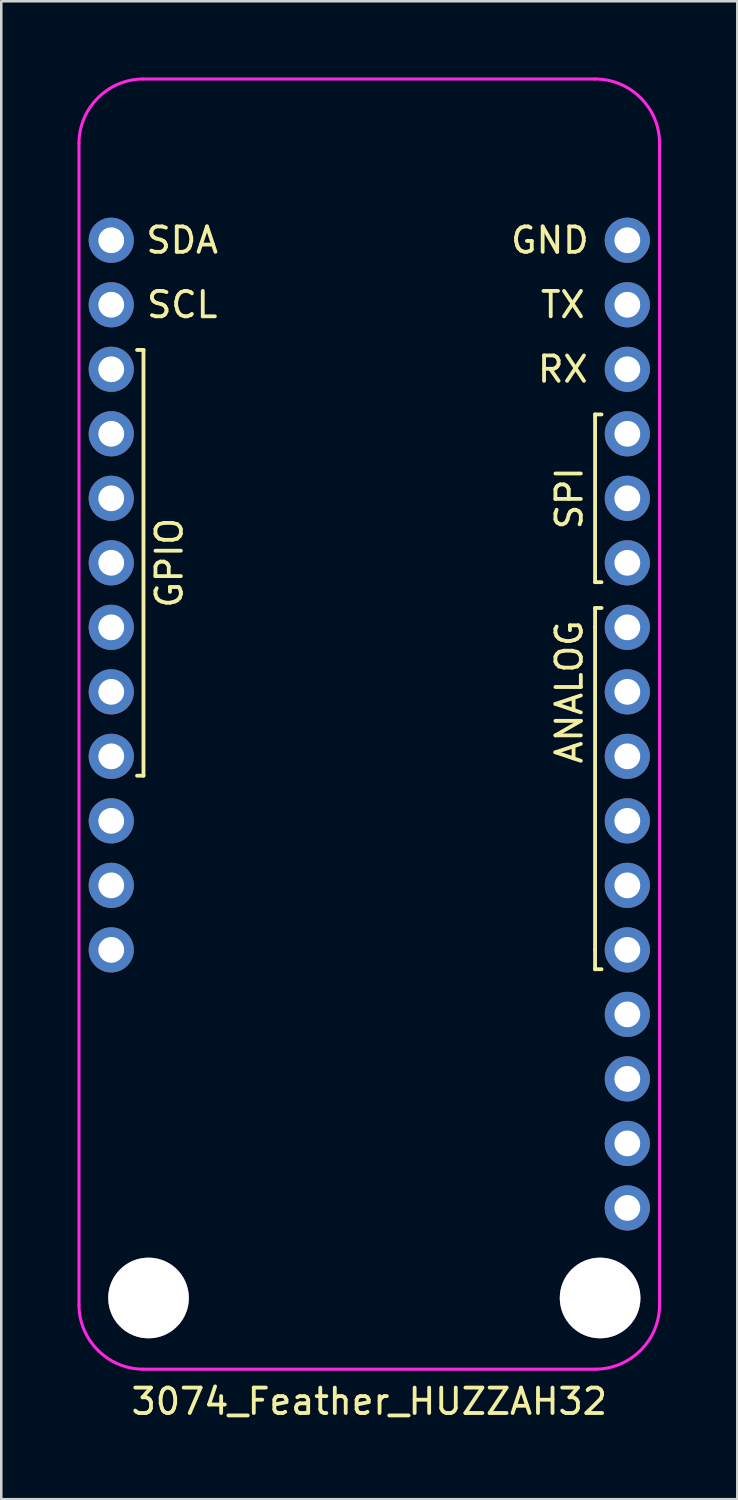
<source format=kicad_pcb>
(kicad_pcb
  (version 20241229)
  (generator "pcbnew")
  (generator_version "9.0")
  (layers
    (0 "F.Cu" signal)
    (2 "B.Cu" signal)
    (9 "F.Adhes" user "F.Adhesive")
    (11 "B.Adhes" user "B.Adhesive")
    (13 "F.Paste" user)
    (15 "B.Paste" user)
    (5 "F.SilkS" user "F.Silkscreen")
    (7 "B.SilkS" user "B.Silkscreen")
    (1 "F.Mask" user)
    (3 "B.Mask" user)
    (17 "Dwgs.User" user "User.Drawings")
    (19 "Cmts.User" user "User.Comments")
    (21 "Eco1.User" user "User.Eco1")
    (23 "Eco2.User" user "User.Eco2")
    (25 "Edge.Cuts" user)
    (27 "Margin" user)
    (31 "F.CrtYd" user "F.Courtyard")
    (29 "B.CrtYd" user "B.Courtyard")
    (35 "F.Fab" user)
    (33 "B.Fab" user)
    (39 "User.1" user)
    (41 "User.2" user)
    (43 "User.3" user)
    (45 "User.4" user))
  (footprint "3074_Feather_HUZZAH32"
    (layer "F.Cu")
    (at 11.49 25.46)
    (property "Reference" "3074_Feather_HUZZAH32" (at 0 26.67 0) (layer "F.SilkS") (effects (font (size 1 1) (thickness 0.15))))
    (attr through_hole)
    (fp_line (start -9.144 -14.732) (end -8.89 -14.732) (stroke (width 0.15) (type solid)) (layer "F.SilkS"))
    (fp_line (start -8.89 -14.732) (end -8.89 2.032) (stroke (width 0.15) (type solid)) (layer "F.SilkS"))
    (fp_line (start -8.89 2.032) (end -9.144 2.032) (stroke (width 0.15) (type solid)) (layer "F.SilkS"))
    (fp_line (start 8.89 -12.192) (end 9.144 -12.192) (stroke (width 0.15) (type solid)) (layer "F.SilkS"))
    (fp_line (start 8.89 -5.588) (end 8.89 -12.192) (stroke (width 0.15) (type solid)) (layer "F.SilkS"))
    (fp_line (start 8.89 -4.572) (end 9.144 -4.572) (stroke (width 0.15) (type solid)) (layer "F.SilkS"))
    (fp_line (start 8.89 -3.81) (end 8.89 -4.572) (stroke (width 0.15) (type solid)) (layer "F.SilkS"))
    (fp_line (start 8.89 -3.81) (end 8.89 8.89) (stroke (width 0.15) (type solid)) (layer "F.SilkS"))
    (fp_line (start 8.89 9.652) (end 8.89 8.89) (stroke (width 0.15) (type solid)) (layer "F.SilkS"))
    (fp_line (start 9.144 -5.588) (end 8.89 -5.588) (stroke (width 0.15) (type solid)) (layer "F.SilkS"))
    (fp_line (start 9.144 9.652) (end 8.89 9.652) (stroke (width 0.15) (type solid)) (layer "F.SilkS"))
    (fp_line (start -11.43 -22.86) (end -11.43 22.86) (stroke (width 0.12) (type solid)) (layer "F.CrtYd"))
    (fp_line (start -8.89 25.4) (end 8.89 25.4) (stroke (width 0.12) (type solid)) (layer "F.CrtYd"))
    (fp_line (start 8.89 -25.4) (end -8.89 -25.4) (stroke (width 0.12) (type solid)) (layer "F.CrtYd"))
    (fp_line (start 11.43 22.86) (end 11.43 -22.86) (stroke (width 0.12) (type solid)) (layer "F.CrtYd"))
    (fp_arc (start -11.43 -22.86) (mid -10.686051 -24.656051) (end -8.89 -25.4) (stroke (width 0.12) (type solid)) (layer "F.CrtYd"))
    (fp_arc (start -8.89 25.4) (mid -10.686051 24.656051) (end -11.43 22.86) (stroke (width 0.12) (type solid)) (layer "F.CrtYd"))
    (fp_arc (start 8.89 -25.4) (mid 10.686051 -24.656051) (end 11.43 -22.86) (stroke (width 0.12) (type solid)) (layer "F.CrtYd"))
    (fp_arc (start 11.43 22.86) (mid 10.686051 24.656051) (end 8.89 25.4) (stroke (width 0.12) (type solid)) (layer "F.CrtYd"))
    (fp_text user "RX" (at 7.62 -13.97 0) (layer "F.SilkS") (effects (font (size 1 1) (thickness 0.15))))
    (fp_text user "TX" (at 7.62 -16.51 0) (layer "F.SilkS") (effects (font (size 1 1) (thickness 0.15))))
    (fp_text user "GND" (at 7.112 -19.05 0) (layer "F.SilkS") (effects (font (size 1 1) (thickness 0.15))))
    (fp_text user "SDA" (at -7.366 -19.05 0) (layer "F.SilkS") (effects (font (size 1 1) (thickness 0.15))))
    (fp_text user "SCL" (at -7.366 -16.51 0) (layer "F.SilkS") (effects (font (size 1 1) (thickness 0.15))))
    (fp_text user "GPIO" (at -7.874 -6.35 270) (layer "F.SilkS") (effects (font (size 1 1) (thickness 0.15))))
    (fp_text user "ANALOG" (at 7.874 -1.27 90) (layer "F.SilkS") (effects (font (size 1 1) (thickness 0.15))))
    (fp_text user "SPI" (at 7.874 -8.89 90) (layer "F.SilkS") (effects (font (size 1 1) (thickness 0.15))))
    (pad "1" thru_hole circle (at 10.16 19.05) (size 1.778 1.778) (drill 1.016) (layers "*.Cu" "*.Mask"))
    (pad "2" thru_hole circle (at 10.16 16.51) (size 1.778 1.778) (drill 1.016) (layers "*.Cu" "*.Mask"))
    (pad "3" thru_hole circle (at 10.16 13.97) (size 1.778 1.778) (drill 1.016) (layers "*.Cu" "*.Mask"))
    (pad "4" thru_hole circle (at 10.16 11.43) (size 1.778 1.778) (drill 1.016) (layers "*.Cu" "*.Mask"))
    (pad "5" thru_hole circle (at 10.16 8.89) (size 1.778 1.778) (drill 1.016) (layers "*.Cu" "*.Mask"))
    (pad "6" thru_hole circle (at 10.16 6.35) (size 1.778 1.778) (drill 1.016) (layers "*.Cu" "*.Mask"))
    (pad "7" thru_hole circle (at 10.16 3.81) (size 1.778 1.778) (drill 1.016) (layers "*.Cu" "*.Mask"))
    (pad "8" thru_hole circle (at 10.16 1.27) (size 1.778 1.778) (drill 1.016) (layers "*.Cu" "*.Mask"))
    (pad "9" thru_hole circle (at 10.16 -1.27) (size 1.778 1.778) (drill 1.016) (layers "*.Cu" "*.Mask"))
    (pad "10" thru_hole circle (at 10.16 -3.81) (size 1.778 1.778) (drill 1.016) (layers "*.Cu" "*.Mask"))
    (pad "11" thru_hole circle (at 10.16 -8.89) (size 1.778 1.778) (drill 1.016) (layers "*.Cu" "*.Mask"))
    (pad "12" thru_hole circle (at 10.16 -6.35) (size 1.778 1.778) (drill 1.016) (layers "*.Cu" "*.Mask"))
    (pad "13" thru_hole circle (at 10.16 -11.43) (size 1.778 1.778) (drill 1.016) (layers "*.Cu" "*.Mask"))
    (pad "14" thru_hole circle (at 10.16 -13.97) (size 1.778 1.778) (drill 1.016) (layers "*.Cu" "*.Mask"))
    (pad "15" thru_hole circle (at 10.16 -16.51) (size 1.778 1.778) (drill 1.016) (layers "*.Cu" "*.Mask"))
    (pad "16" thru_hole circle (at 10.16 -19.05) (size 1.778 1.778) (drill 1.016) (layers "*.Cu" "*.Mask"))
    (pad "17" thru_hole circle (at -10.16 -19.05) (size 1.778 1.778) (drill 1.016) (layers "*.Cu" "*.Mask"))
    (pad "18" thru_hole circle (at -10.16 -16.51) (size 1.778 1.778) (drill 1.016) (layers "*.Cu" "*.Mask"))
    (pad "19" thru_hole circle (at -10.16 -13.97) (size 1.778 1.778) (drill 1.016) (layers "*.Cu" "*.Mask"))
    (pad "20" thru_hole circle (at -10.16 -11.43) (size 1.778 1.778) (drill 1.016) (layers "*.Cu" "*.Mask"))
    (pad "21" thru_hole circle (at -10.16 -8.89) (size 1.778 1.778) (drill 1.016) (layers "*.Cu" "*.Mask"))
    (pad "22" thru_hole circle (at -10.16 -6.35) (size 1.778 1.778) (drill 1.016) (layers "*.Cu" "*.Mask"))
    (pad "23" thru_hole circle (at -10.16 -3.81) (size 1.778 1.778) (drill 1.016) (layers "*.Cu" "*.Mask"))
    (pad "24" thru_hole circle (at -10.16 -1.27) (size 1.778 1.778) (drill 1.016) (layers "*.Cu" "*.Mask"))
    (pad "25" thru_hole circle (at -10.16 1.27) (size 1.778 1.778) (drill 1.016) (layers "*.Cu" "*.Mask"))
    (pad "26" thru_hole circle (at -10.16 3.81) (size 1.778 1.778) (drill 1.016) (layers "*.Cu" "*.Mask"))
    (pad "27" thru_hole circle (at -10.16 6.35) (size 1.778 1.778) (drill 1.016) (layers "*.Cu" "*.Mask"))
    (pad "28" thru_hole circle (at -10.16 8.89) (size 1.778 1.778) (drill 1.016) (layers "*.Cu" "*.Mask"))
    (pad "MH" thru_hole circle (at -8.692 22.596) (size 3.175 3.175) (drill 3.175) (layers "*.Cu" "*.Mask"))
    (pad "MH" thru_hole circle (at 9.088 22.596) (size 3.175 3.175) (drill 3.175) (layers "*.Cu" "*.Mask")))
  (gr_rect
    (start -3 -3)
    (end 25.98 55.978)
    (stroke (width 0.1) (type default))
    (fill no)
    (layer "Edge.Cuts")))
</source>
